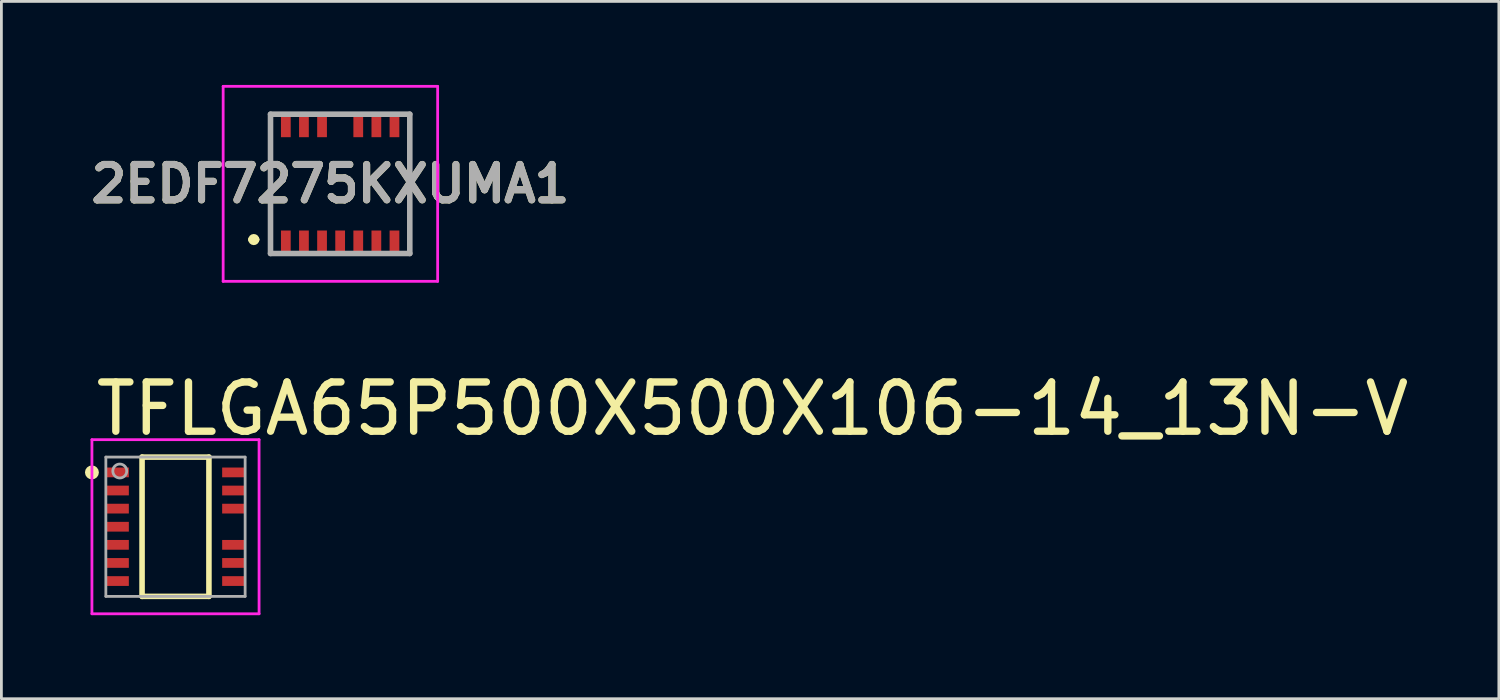
<source format=kicad_pcb>
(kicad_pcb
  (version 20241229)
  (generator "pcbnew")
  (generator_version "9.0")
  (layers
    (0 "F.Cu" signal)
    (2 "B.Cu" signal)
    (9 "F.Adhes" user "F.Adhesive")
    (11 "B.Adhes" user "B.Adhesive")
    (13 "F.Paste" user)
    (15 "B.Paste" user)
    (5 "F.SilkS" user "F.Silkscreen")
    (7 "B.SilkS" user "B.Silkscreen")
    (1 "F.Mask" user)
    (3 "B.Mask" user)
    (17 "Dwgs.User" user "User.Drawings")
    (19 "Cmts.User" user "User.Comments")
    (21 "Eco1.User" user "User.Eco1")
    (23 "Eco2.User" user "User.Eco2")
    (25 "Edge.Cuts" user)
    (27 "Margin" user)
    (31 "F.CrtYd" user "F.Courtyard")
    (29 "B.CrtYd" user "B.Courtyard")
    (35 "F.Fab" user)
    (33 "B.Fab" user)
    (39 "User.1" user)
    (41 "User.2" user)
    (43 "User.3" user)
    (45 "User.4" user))
  (footprint "TFLGA65P500X500X106-14_13N-V"
    (layer "F.Cu")
    (at 3.25 15.859)
    (property "Reference" "TFLGA65P500X500X106-14_13N-V" (at -2.99 -3.199 0) (unlocked yes) (layer "F.SilkS") (effects (font (size 1.768 1.768) (thickness 0.264)) (justify left bottom)))
    (fp_line (start -1.2 -2.5) (end 1.2 -2.5) (stroke (width 0.2) (type solid)) (layer "F.SilkS"))
    (fp_line (start -1.2 2.5) (end -1.2 -2.5) (stroke (width 0.2) (type solid)) (layer "F.SilkS"))
    (fp_line (start -1.2 2.5) (end 1.2 2.5) (stroke (width 0.2) (type solid)) (layer "F.SilkS"))
    (fp_line (start 1.2 2.5) (end 1.2 -2.5) (stroke (width 0.2) (type solid)) (layer "F.SilkS"))
    (fp_circle (center -3 -1.95) (end -2.875 -1.95) (stroke (width 0.25) (type solid)) (fill no) (layer "F.SilkS"))
    (fp_poly (pts (xy -1.78 -0.173) (xy -1.761 -0.169) (xy -1.743 -0.161) (xy -1.726 -0.151) (xy -1.712 -0.138) (xy -1.699 -0.123) (xy -1.689 -0.107) (xy -1.681 -0.089) (xy -1.675 -0.05) (xy -1.675 0.05) (xy -1.689 0.107) (xy -1.699 0.123) (xy -1.712 0.138) (xy -1.726 0.151) (xy -1.743 0.161) (xy -1.761 0.169) (xy -1.78 0.173) (xy -1.8 0.175) (xy -2.35 0.175) (xy -2.37 0.173) (xy -2.389 0.169) (xy -2.407 0.161) (xy -2.424 0.151) (xy -2.438 0.138) (xy -2.451 0.123) (xy -2.461 0.107) (xy -2.469 0.089) (xy -2.475 0.05) (xy -2.475 -0.05) (xy -2.474 -0.07) (xy -2.469 -0.089) (xy -2.461 -0.107) (xy -2.451 -0.123) (xy -2.438 -0.138) (xy -2.424 -0.151) (xy -2.407 -0.161) (xy -2.389 -0.169) (xy -2.37 -0.173) (xy -2.35 -0.175) (xy -1.8 -0.175)) (stroke (width 0) (type default)) (fill yes) (layer "F.Paste"))
    (fp_poly (pts (xy -1.78 -2.123) (xy -1.761 -2.119) (xy -1.743 -2.111) (xy -1.726 -2.101) (xy -1.712 -2.088) (xy -1.699 -2.074) (xy -1.689 -2.057) (xy -1.681 -2.039) (xy -1.675 -2) (xy -1.675 -1.9) (xy -1.677 -1.88) (xy -1.681 -1.861) (xy -1.689 -1.843) (xy -1.699 -1.827) (xy -1.712 -1.812) (xy -1.726 -1.799) (xy -1.743 -1.789) (xy -1.761 -1.781) (xy -1.78 -1.776) (xy -1.8 -1.775) (xy -2.35 -1.775) (xy -2.37 -1.776) (xy -2.389 -1.781) (xy -2.407 -1.789) (xy -2.424 -1.799) (xy -2.438 -1.812) (xy -2.451 -1.827) (xy -2.461 -1.843) (xy -2.469 -1.861) (xy -2.475 -1.9) (xy -2.475 -2) (xy -2.474 -2.02) (xy -2.469 -2.039) (xy -2.461 -2.057) (xy -2.451 -2.074) (xy -2.438 -2.088) (xy -2.424 -2.101) (xy -2.407 -2.111) (xy -2.389 -2.119) (xy -2.37 -2.123) (xy -2.35 -2.125) (xy -1.8 -2.125)) (stroke (width 0) (type default)) (fill yes) (layer "F.Paste"))
    (fp_poly (pts (xy -1.78 -1.474) (xy -1.761 -1.469) (xy -1.743 -1.461) (xy -1.726 -1.451) (xy -1.712 -1.438) (xy -1.699 -1.423) (xy -1.689 -1.407) (xy -1.681 -1.389) (xy -1.675 -1.35) (xy -1.675 -1.25) (xy -1.677 -1.23) (xy -1.681 -1.211) (xy -1.689 -1.193) (xy -1.699 -1.177) (xy -1.712 -1.162) (xy -1.726 -1.149) (xy -1.743 -1.139) (xy -1.761 -1.131) (xy -1.78 -1.127) (xy -1.8 -1.125) (xy -2.35 -1.125) (xy -2.37 -1.127) (xy -2.389 -1.131) (xy -2.407 -1.139) (xy -2.424 -1.149) (xy -2.438 -1.162) (xy -2.451 -1.177) (xy -2.461 -1.193) (xy -2.469 -1.211) (xy -2.475 -1.25) (xy -2.475 -1.35) (xy -2.474 -1.37) (xy -2.469 -1.389) (xy -2.461 -1.407) (xy -2.451 -1.423) (xy -2.438 -1.438) (xy -2.424 -1.451) (xy -2.407 -1.461) (xy -2.389 -1.469) (xy -2.37 -1.474) (xy -2.35 -1.475) (xy -1.8 -1.475)) (stroke (width 0) (type default)) (fill yes) (layer "F.Paste"))
    (fp_poly (pts (xy -1.78 -0.824) (xy -1.761 -0.819) (xy -1.743 -0.811) (xy -1.726 -0.801) (xy -1.712 -0.788) (xy -1.699 -0.773) (xy -1.689 -0.757) (xy -1.681 -0.739) (xy -1.675 -0.7) (xy -1.675 -0.6) (xy -1.677 -0.58) (xy -1.681 -0.561) (xy -1.689 -0.543) (xy -1.699 -0.526) (xy -1.712 -0.512) (xy -1.726 -0.499) (xy -1.743 -0.489) (xy -1.761 -0.481) (xy -1.78 -0.476) (xy -1.8 -0.475) (xy -2.35 -0.475) (xy -2.37 -0.476) (xy -2.389 -0.481) (xy -2.407 -0.489) (xy -2.424 -0.499) (xy -2.438 -0.512) (xy -2.451 -0.526) (xy -2.461 -0.543) (xy -2.469 -0.561) (xy -2.475 -0.6) (xy -2.475 -0.7) (xy -2.474 -0.72) (xy -2.469 -0.739) (xy -2.461 -0.757) (xy -2.451 -0.773) (xy -2.438 -0.788) (xy -2.424 -0.801) (xy -2.407 -0.811) (xy -2.389 -0.819) (xy -2.37 -0.824) (xy -2.35 -0.825) (xy -1.8 -0.825)) (stroke (width 0) (type default)) (fill yes) (layer "F.Paste"))
    (fp_poly (pts (xy -1.78 0.476) (xy -1.761 0.481) (xy -1.743 0.489) (xy -1.726 0.499) (xy -1.712 0.512) (xy -1.699 0.526) (xy -1.689 0.543) (xy -1.681 0.561) (xy -1.675 0.6) (xy -1.675 0.7) (xy -1.677 0.72) (xy -1.681 0.739) (xy -1.689 0.757) (xy -1.699 0.773) (xy -1.712 0.788) (xy -1.726 0.801) (xy -1.743 0.811) (xy -1.761 0.819) (xy -1.78 0.824) (xy -1.8 0.825) (xy -2.35 0.825) (xy -2.37 0.824) (xy -2.389 0.819) (xy -2.407 0.811) (xy -2.424 0.801) (xy -2.438 0.788) (xy -2.451 0.773) (xy -2.461 0.757) (xy -2.469 0.739) (xy -2.475 0.7) (xy -2.475 0.6) (xy -2.474 0.58) (xy -2.469 0.561) (xy -2.461 0.543) (xy -2.451 0.526) (xy -2.438 0.512) (xy -2.424 0.499) (xy -2.407 0.489) (xy -2.389 0.481) (xy -2.37 0.476) (xy -2.35 0.475) (xy -1.8 0.475)) (stroke (width 0) (type default)) (fill yes) (layer "F.Paste"))
    (fp_poly (pts (xy -1.78 1.127) (xy -1.761 1.131) (xy -1.743 1.139) (xy -1.726 1.149) (xy -1.712 1.162) (xy -1.699 1.177) (xy -1.689 1.193) (xy -1.681 1.211) (xy -1.675 1.25) (xy -1.675 1.35) (xy -1.677 1.37) (xy -1.681 1.389) (xy -1.689 1.407) (xy -1.699 1.423) (xy -1.712 1.438) (xy -1.726 1.451) (xy -1.743 1.461) (xy -1.761 1.469) (xy -1.78 1.474) (xy -1.8 1.475) (xy -2.35 1.475) (xy -2.37 1.474) (xy -2.389 1.469) (xy -2.407 1.461) (xy -2.424 1.451) (xy -2.438 1.438) (xy -2.451 1.423) (xy -2.461 1.407) (xy -2.469 1.389) (xy -2.475 1.35) (xy -2.475 1.25) (xy -2.474 1.23) (xy -2.469 1.211) (xy -2.461 1.193) (xy -2.451 1.177) (xy -2.438 1.162) (xy -2.424 1.149) (xy -2.407 1.139) (xy -2.389 1.131) (xy -2.37 1.127) (xy -2.35 1.125) (xy -1.8 1.125)) (stroke (width 0) (type default)) (fill yes) (layer "F.Paste"))
    (fp_poly (pts (xy -1.78 1.776) (xy -1.761 1.781) (xy -1.743 1.789) (xy -1.726 1.799) (xy -1.712 1.812) (xy -1.699 1.827) (xy -1.689 1.843) (xy -1.681 1.861) (xy -1.675 1.9) (xy -1.675 2) (xy -1.677 2.02) (xy -1.681 2.039) (xy -1.689 2.057) (xy -1.699 2.074) (xy -1.712 2.088) (xy -1.726 2.101) (xy -1.743 2.111) (xy -1.761 2.119) (xy -1.78 2.123) (xy -1.8 2.125) (xy -2.35 2.125) (xy -2.37 2.123) (xy -2.389 2.119) (xy -2.407 2.111) (xy -2.424 2.101) (xy -2.438 2.088) (xy -2.451 2.074) (xy -2.461 2.057) (xy -2.469 2.039) (xy -2.475 2) (xy -2.475 1.9) (xy -2.474 1.88) (xy -2.469 1.861) (xy -2.461 1.843) (xy -2.451 1.827) (xy -2.438 1.812) (xy -2.424 1.799) (xy -2.407 1.789) (xy -2.389 1.781) (xy -2.37 1.776) (xy -2.35 1.775) (xy -1.8 1.775)) (stroke (width 0) (type default)) (fill yes) (layer "F.Paste"))
    (fp_poly (pts (xy 2.37 -2.123) (xy 2.389 -2.119) (xy 2.407 -2.111) (xy 2.424 -2.101) (xy 2.438 -2.088) (xy 2.451 -2.074) (xy 2.461 -2.057) (xy 2.469 -2.039) (xy 2.475 -2) (xy 2.475 -1.9) (xy 2.474 -1.88) (xy 2.469 -1.861) (xy 2.461 -1.843) (xy 2.451 -1.827) (xy 2.438 -1.812) (xy 2.424 -1.799) (xy 2.407 -1.789) (xy 2.389 -1.781) (xy 2.37 -1.776) (xy 2.35 -1.775) (xy 1.8 -1.775) (xy 1.78 -1.776) (xy 1.761 -1.781) (xy 1.743 -1.789) (xy 1.726 -1.799) (xy 1.712 -1.812) (xy 1.699 -1.827) (xy 1.689 -1.843) (xy 1.681 -1.861) (xy 1.675 -1.9) (xy 1.675 -2) (xy 1.677 -2.02) (xy 1.681 -2.039) (xy 1.689 -2.057) (xy 1.699 -2.074) (xy 1.712 -2.088) (xy 1.726 -2.101) (xy 1.743 -2.111) (xy 1.761 -2.119) (xy 1.78 -2.123) (xy 1.8 -2.125) (xy 2.35 -2.125)) (stroke (width 0) (type default)) (fill yes) (layer "F.Paste"))
    (fp_poly (pts (xy 2.37 -1.474) (xy 2.389 -1.469) (xy 2.407 -1.461) (xy 2.424 -1.451) (xy 2.438 -1.438) (xy 2.451 -1.423) (xy 2.461 -1.407) (xy 2.469 -1.389) (xy 2.475 -1.35) (xy 2.475 -1.25) (xy 2.474 -1.23) (xy 2.469 -1.211) (xy 2.461 -1.193) (xy 2.451 -1.177) (xy 2.438 -1.162) (xy 2.424 -1.149) (xy 2.407 -1.139) (xy 2.389 -1.131) (xy 2.37 -1.127) (xy 2.35 -1.125) (xy 1.8 -1.125) (xy 1.78 -1.127) (xy 1.761 -1.131) (xy 1.743 -1.139) (xy 1.726 -1.149) (xy 1.712 -1.162) (xy 1.699 -1.177) (xy 1.689 -1.193) (xy 1.681 -1.211) (xy 1.675 -1.25) (xy 1.675 -1.35) (xy 1.677 -1.37) (xy 1.681 -1.389) (xy 1.689 -1.407) (xy 1.699 -1.423) (xy 1.712 -1.438) (xy 1.726 -1.451) (xy 1.743 -1.461) (xy 1.761 -1.469) (xy 1.78 -1.474) (xy 1.8 -1.475) (xy 2.35 -1.475)) (stroke (width 0) (type default)) (fill yes) (layer "F.Paste"))
    (fp_poly (pts (xy 2.37 -0.824) (xy 2.389 -0.819) (xy 2.407 -0.811) (xy 2.424 -0.801) (xy 2.438 -0.788) (xy 2.451 -0.773) (xy 2.461 -0.757) (xy 2.469 -0.739) (xy 2.475 -0.7) (xy 2.475 -0.6) (xy 2.474 -0.58) (xy 2.469 -0.561) (xy 2.461 -0.543) (xy 2.451 -0.526) (xy 2.438 -0.512) (xy 2.424 -0.499) (xy 2.407 -0.489) (xy 2.389 -0.481) (xy 2.37 -0.476) (xy 2.35 -0.475) (xy 1.8 -0.475) (xy 1.78 -0.476) (xy 1.761 -0.481) (xy 1.743 -0.489) (xy 1.726 -0.499) (xy 1.712 -0.512) (xy 1.699 -0.526) (xy 1.689 -0.543) (xy 1.681 -0.561) (xy 1.675 -0.6) (xy 1.675 -0.7) (xy 1.677 -0.72) (xy 1.681 -0.739) (xy 1.689 -0.757) (xy 1.699 -0.773) (xy 1.712 -0.788) (xy 1.726 -0.801) (xy 1.743 -0.811) (xy 1.761 -0.819) (xy 1.78 -0.824) (xy 1.8 -0.825) (xy 2.35 -0.825)) (stroke (width 0) (type default)) (fill yes) (layer "F.Paste"))
    (fp_poly (pts (xy 2.37 0.476) (xy 2.389 0.481) (xy 2.407 0.489) (xy 2.424 0.499) (xy 2.438 0.512) (xy 2.451 0.526) (xy 2.461 0.543) (xy 2.469 0.561) (xy 2.475 0.6) (xy 2.475 0.7) (xy 2.474 0.72) (xy 2.469 0.739) (xy 2.461 0.757) (xy 2.451 0.773) (xy 2.438 0.788) (xy 2.424 0.801) (xy 2.407 0.811) (xy 2.389 0.819) (xy 2.37 0.824) (xy 2.35 0.825) (xy 1.8 0.825) (xy 1.78 0.824) (xy 1.761 0.819) (xy 1.743 0.811) (xy 1.726 0.801) (xy 1.712 0.788) (xy 1.699 0.773) (xy 1.689 0.757) (xy 1.681 0.739) (xy 1.675 0.7) (xy 1.675 0.6) (xy 1.677 0.58) (xy 1.681 0.561) (xy 1.689 0.543) (xy 1.699 0.526) (xy 1.712 0.512) (xy 1.726 0.499) (xy 1.743 0.489) (xy 1.761 0.481) (xy 1.78 0.476) (xy 1.8 0.475) (xy 2.35 0.475)) (stroke (width 0) (type default)) (fill yes) (layer "F.Paste"))
    (fp_poly (pts (xy 2.37 1.127) (xy 2.389 1.131) (xy 2.407 1.139) (xy 2.424 1.149) (xy 2.438 1.162) (xy 2.451 1.177) (xy 2.461 1.193) (xy 2.469 1.211) (xy 2.475 1.25) (xy 2.475 1.35) (xy 2.474 1.37) (xy 2.469 1.389) (xy 2.461 1.407) (xy 2.451 1.423) (xy 2.438 1.438) (xy 2.424 1.451) (xy 2.407 1.461) (xy 2.389 1.469) (xy 2.37 1.474) (xy 2.35 1.475) (xy 1.8 1.475) (xy 1.78 1.474) (xy 1.761 1.469) (xy 1.743 1.461) (xy 1.726 1.451) (xy 1.712 1.438) (xy 1.699 1.423) (xy 1.689 1.407) (xy 1.681 1.389) (xy 1.675 1.35) (xy 1.675 1.25) (xy 1.677 1.23) (xy 1.681 1.211) (xy 1.689 1.193) (xy 1.699 1.177) (xy 1.712 1.162) (xy 1.726 1.149) (xy 1.743 1.139) (xy 1.761 1.131) (xy 1.78 1.127) (xy 1.8 1.125) (xy 2.35 1.125)) (stroke (width 0) (type default)) (fill yes) (layer "F.Paste"))
    (fp_poly (pts (xy 2.37 1.776) (xy 2.389 1.781) (xy 2.407 1.789) (xy 2.424 1.799) (xy 2.438 1.812) (xy 2.451 1.827) (xy 2.461 1.843) (xy 2.469 1.861) (xy 2.475 1.9) (xy 2.475 2) (xy 2.474 2.02) (xy 2.469 2.039) (xy 2.461 2.057) (xy 2.451 2.074) (xy 2.438 2.088) (xy 2.424 2.101) (xy 2.407 2.111) (xy 2.389 2.119) (xy 2.37 2.123) (xy 2.35 2.125) (xy 1.8 2.125) (xy 1.78 2.123) (xy 1.761 2.119) (xy 1.743 2.111) (xy 1.726 2.101) (xy 1.712 2.088) (xy 1.699 2.074) (xy 1.689 2.057) (xy 1.681 2.039) (xy 1.675 2) (xy 1.675 1.9) (xy 1.677 1.88) (xy 1.681 1.861) (xy 1.689 1.843) (xy 1.699 1.827) (xy 1.712 1.812) (xy 1.726 1.799) (xy 1.743 1.789) (xy 1.761 1.781) (xy 1.78 1.776) (xy 1.8 1.775) (xy 2.35 1.775)) (stroke (width 0) (type default)) (fill yes) (layer "F.Paste"))
    (fp_line (start -3 -3.125) (end 3 -3.125) (stroke (width 0.1) (type solid)) (layer "F.CrtYd"))
    (fp_line (start -3 3.125) (end -3 -3.125) (stroke (width 0.1) (type solid)) (layer "F.CrtYd"))
    (fp_line (start -3 3.125) (end 3 3.125) (stroke (width 0.1) (type solid)) (layer "F.CrtYd"))
    (fp_line (start 3 3.125) (end 3 -3.125) (stroke (width 0.1) (type solid)) (layer "F.CrtYd"))
    (fp_line (start -2.5 -2.5) (end 2.5 -2.5) (stroke (width 0.1) (type solid)) (layer "F.Fab"))
    (fp_line (start -2.5 2.5) (end -2.5 -2.5) (stroke (width 0.1) (type solid)) (layer "F.Fab"))
    (fp_line (start -2.5 2.5) (end 2.5 2.5) (stroke (width 0.1) (type solid)) (layer "F.Fab"))
    (fp_line (start 2.5 2.5) (end 2.5 -2.5) (stroke (width 0.1) (type solid)) (layer "F.Fab"))
    (fp_circle (center -2 -2) (end -1.75 -2) (stroke (width 0.1) (type solid)) (fill no) (layer "F.Fab"))
    (pad "1" smd rect (at -2.075 -1.95) (size 0.8 0.35) (layers "F.Cu" "F.Mask"))
    (pad "2" smd rect (at -2.075 -1.3) (size 0.8 0.35) (layers "F.Cu" "F.Mask"))
    (pad "3" smd rect (at -2.075 -0.65) (size 0.8 0.35) (layers "F.Cu" "F.Mask"))
    (pad "4" smd rect (at -2.075 0) (size 0.8 0.35) (layers "F.Cu" "F.Mask"))
    (pad "5" smd rect (at -2.075 0.65) (size 0.8 0.35) (layers "F.Cu" "F.Mask"))
    (pad "6" smd rect (at -2.075 1.3) (size 0.8 0.35) (layers "F.Cu" "F.Mask"))
    (pad "7" smd rect (at -2.075 1.95) (size 0.8 0.35) (layers "F.Cu" "F.Mask"))
    (pad "8" smd rect (at 2.075 1.95) (size 0.8 0.35) (layers "F.Cu" "F.Mask"))
    (pad "9" smd rect (at 2.075 1.3) (size 0.8 0.35) (layers "F.Cu" "F.Mask"))
    (pad "10" smd rect (at 2.075 0.65) (size 0.8 0.35) (layers "F.Cu" "F.Mask"))
    (pad "11" smd rect (at 2.075 -0.65) (size 0.8 0.35) (layers "F.Cu" "F.Mask"))
    (pad "12" smd rect (at 2.075 -1.3) (size 0.8 0.35) (layers "F.Cu" "F.Mask"))
    (pad "13" smd rect (at 2.075 -1.95) (size 0.8 0.35) (layers "F.Cu" "F.Mask")))
  (footprint "2EDF7275KXUMA1"
    (layer "F.Cu")
    (at 9.161 3.55)
    (property "Reference" "2EDF7275KXUMA1" (at -0.35 0 0) (layer "F.SilkS") (effects (font (size 1.27 1.27) (thickness 0.254))))
    (attr smd)
    (fp_line (start -3.2 2) (end -3.2 2) (stroke (width 0.2) (type solid)) (layer "F.SilkS"))
    (fp_line (start -3 2) (end -3 2) (stroke (width 0.2) (type solid)) (layer "F.SilkS"))
    (fp_line (start -2.5 -2.5) (end -2.5 2.5) (stroke (width 0.1) (type solid)) (layer "F.SilkS"))
    (fp_line (start 2.5 -2.5) (end 2.5 2.4) (stroke (width 0.1) (type solid)) (layer "F.SilkS"))
    (fp_arc (start -3.2 2) (mid -3.1 1.9) (end -3 2) (stroke (width 0.2) (type solid)) (layer "F.SilkS"))
    (fp_arc (start -3 2) (mid -3.1 2.1) (end -3.2 2) (stroke (width 0.2) (type solid)) (layer "F.SilkS"))
    (fp_line (start -4.2 -3.5) (end 3.5 -3.5) (stroke (width 0.1) (type solid)) (layer "F.CrtYd"))
    (fp_line (start -4.2 3.5) (end -4.2 -3.5) (stroke (width 0.1) (type solid)) (layer "F.CrtYd"))
    (fp_line (start 3.5 -3.5) (end 3.5 3.5) (stroke (width 0.1) (type solid)) (layer "F.CrtYd"))
    (fp_line (start 3.5 3.5) (end -4.2 3.5) (stroke (width 0.1) (type solid)) (layer "F.CrtYd"))
    (fp_line (start -2.5 -2.5) (end 2.5 -2.5) (stroke (width 0.2) (type solid)) (layer "F.Fab"))
    (fp_line (start -2.5 2.5) (end -2.5 -2.5) (stroke (width 0.2) (type solid)) (layer "F.Fab"))
    (fp_line (start 2.5 -2.5) (end 2.5 2.5) (stroke (width 0.2) (type solid)) (layer "F.Fab"))
    (fp_line (start 2.5 2.5) (end -2.5 2.5) (stroke (width 0.2) (type solid)) (layer "F.Fab"))
    (fp_text user "${REFERENCE}" (at -0.35 0 0) (layer "F.Fab") (effects (font (size 1.27 1.27) (thickness 0.254))))
    (pad "1" smd rect (at -1.95 2.075) (size 0.35 0.8) (layers "F.Cu" "F.Mask" "F.Paste"))
    (pad "2" smd rect (at -1.3 2.075) (size 0.35 0.8) (layers "F.Cu" "F.Mask" "F.Paste"))
    (pad "3" smd rect (at -0.65 2.075) (size 0.35 0.8) (layers "F.Cu" "F.Mask" "F.Paste"))
    (pad "4" smd rect (at 0 2.075) (size 0.35 0.8) (layers "F.Cu" "F.Mask" "F.Paste"))
    (pad "5" smd rect (at 0.65 2.075) (size 0.35 0.8) (layers "F.Cu" "F.Mask" "F.Paste"))
    (pad "6" smd rect (at 1.3 2.075) (size 0.35 0.8) (layers "F.Cu" "F.Mask" "F.Paste"))
    (pad "7" smd rect (at 1.95 2.075) (size 0.35 0.8) (layers "F.Cu" "F.Mask" "F.Paste"))
    (pad "8" smd rect (at 1.95 -2.075) (size 0.35 0.8) (layers "F.Cu" "F.Mask" "F.Paste"))
    (pad "9" smd rect (at 1.3 -2.075) (size 0.35 0.8) (layers "F.Cu" "F.Mask" "F.Paste"))
    (pad "10" smd rect (at 0.65 -2.075) (size 0.35 0.8) (layers "F.Cu" "F.Mask" "F.Paste"))
    (pad "11" smd rect (at -0.65 -2.075) (size 0.35 0.8) (layers "F.Cu" "F.Mask" "F.Paste"))
    (pad "12" smd rect (at -1.3 -2.075) (size 0.35 0.8) (layers "F.Cu" "F.Mask" "F.Paste"))
    (pad "13" smd rect (at -1.95 -2.075) (size 0.35 0.8) (layers "F.Cu" "F.Mask" "F.Paste")))
  (gr_rect
    (start -3 -3)
    (end 50.757 22.034)
    (stroke (width 0.1) (type default))
    (fill no)
    (layer "Edge.Cuts")))
</source>
